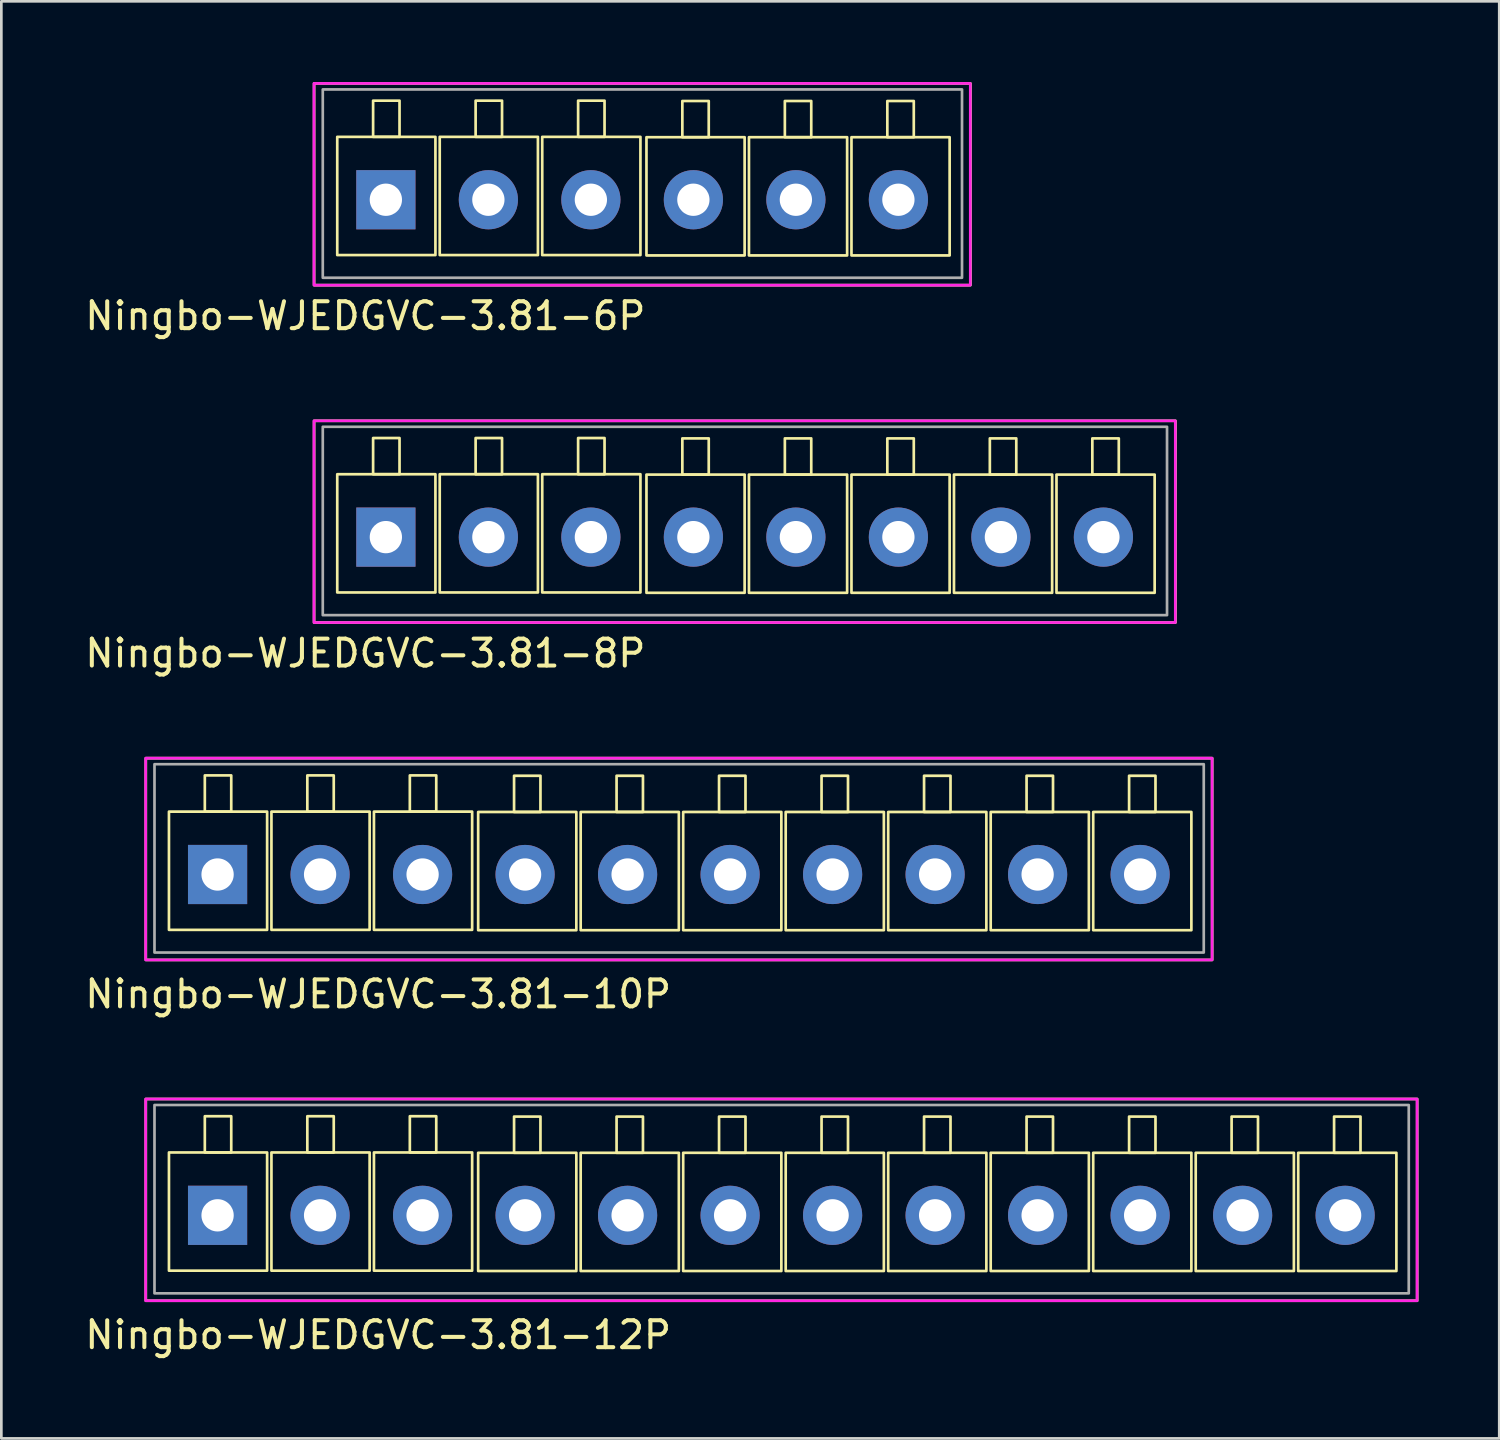
<source format=kicad_pcb>
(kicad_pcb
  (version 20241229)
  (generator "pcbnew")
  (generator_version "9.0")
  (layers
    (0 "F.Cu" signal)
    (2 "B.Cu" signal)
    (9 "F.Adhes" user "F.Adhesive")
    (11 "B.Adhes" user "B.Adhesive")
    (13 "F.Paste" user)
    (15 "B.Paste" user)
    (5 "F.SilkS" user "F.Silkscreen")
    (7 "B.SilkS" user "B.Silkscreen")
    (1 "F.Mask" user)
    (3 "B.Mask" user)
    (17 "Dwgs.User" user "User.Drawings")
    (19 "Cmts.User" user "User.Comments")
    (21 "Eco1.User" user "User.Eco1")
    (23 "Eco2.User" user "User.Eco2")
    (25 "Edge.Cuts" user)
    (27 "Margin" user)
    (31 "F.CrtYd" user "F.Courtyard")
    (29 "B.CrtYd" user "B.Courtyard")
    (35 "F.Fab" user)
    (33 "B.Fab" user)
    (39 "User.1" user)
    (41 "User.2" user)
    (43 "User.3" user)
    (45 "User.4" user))
  (footprint "Ningbo-WJEDGVC-3.81-10P"
    (layer "F.Cu")
    (at 25.992 29.454)
    (property "Reference" "Ningbo-WJEDGVC-3.81-10P" (at -14.986 4.445 0) (layer "F.SilkS") (effects (font (size 1 1) (thickness 0.15))))
    (attr through_hole)
    (fp_rect (start -23.622 -4.324) (end 16.013 3.175) (stroke (width 0.1) (type default)) (fill no) (layer "F.SilkS"))
    (fp_rect (start -22.762 -2.337) (end -19.113 2.057) (stroke (width 0.1) (type default)) (fill no) (layer "F.SilkS"))
    (fp_rect (start -21.429 -3.683) (end -20.447 -2.337) (stroke (width 0.1) (type default)) (fill no) (layer "F.SilkS"))
    (fp_rect (start -18.953 -2.337) (end -15.303 2.057) (stroke (width 0.1) (type default)) (fill no) (layer "F.SilkS"))
    (fp_rect (start -17.619 -3.683) (end -16.637 -2.337) (stroke (width 0.1) (type default)) (fill no) (layer "F.SilkS"))
    (fp_rect (start -15.143 -2.337) (end -11.493 2.057) (stroke (width 0.1) (type default)) (fill no) (layer "F.SilkS"))
    (fp_rect (start -13.809 -3.683) (end -12.827 -2.337) (stroke (width 0.1) (type default)) (fill no) (layer "F.SilkS"))
    (fp_rect (start -11.269 -2.324) (end -7.62 2.07) (stroke (width 0.1) (type default)) (fill no) (layer "F.SilkS"))
    (fp_rect (start -9.935 -3.67) (end -8.954 -2.324) (stroke (width 0.1) (type default)) (fill no) (layer "F.SilkS"))
    (fp_rect (start -7.459 -2.324) (end -3.81 2.07) (stroke (width 0.1) (type default)) (fill no) (layer "F.SilkS"))
    (fp_rect (start -6.125 -3.67) (end -5.144 -2.324) (stroke (width 0.1) (type default)) (fill no) (layer "F.SilkS"))
    (fp_rect (start -3.649 -2.324) (end 0 2.07) (stroke (width 0.1) (type default)) (fill no) (layer "F.SilkS"))
    (fp_rect (start -2.316 -3.67) (end -1.333 -2.324) (stroke (width 0.1) (type default)) (fill no) (layer "F.SilkS"))
    (fp_rect (start 0.161 -2.324) (end 3.81 2.07) (stroke (width 0.1) (type default)) (fill no) (layer "F.SilkS"))
    (fp_rect (start 1.494 -3.67) (end 2.477 -2.324) (stroke (width 0.1) (type default)) (fill no) (layer "F.SilkS"))
    (fp_rect (start 3.971 -2.324) (end 7.62 2.07) (stroke (width 0.1) (type default)) (fill no) (layer "F.SilkS"))
    (fp_rect (start 5.304 -3.67) (end 6.287 -2.324) (stroke (width 0.1) (type default)) (fill no) (layer "F.SilkS"))
    (fp_rect (start 7.781 -2.324) (end 11.43 2.07) (stroke (width 0.1) (type default)) (fill no) (layer "F.SilkS"))
    (fp_rect (start 9.114 -3.67) (end 10.097 -2.324) (stroke (width 0.1) (type default)) (fill no) (layer "F.SilkS"))
    (fp_rect (start 11.591 -2.324) (end 15.24 2.07) (stroke (width 0.1) (type default)) (fill no) (layer "F.SilkS"))
    (fp_rect (start 12.925 -3.67) (end 13.906 -2.324) (stroke (width 0.1) (type default)) (fill no) (layer "F.SilkS"))
    (fp_rect (start -23.628 -4.324) (end 16.008 3.175) (stroke (width 0.1) (type default)) (fill no) (layer "F.CrtYd"))
    (fp_rect (start -23.3 -4.1) (end 15.7 2.9) (stroke (width 0.1) (type default)) (fill no) (layer "F.Fab"))
    (pad "1" thru_hole rect (at -20.955 0) (size 2.2 2.2) (drill 1.2) (layers "*.Cu" "*.Mask"))
    (pad "2" thru_hole circle (at -17.145 0) (size 2.2 2.2) (drill 1.2) (layers "*.Cu" "*.Mask"))
    (pad "3" thru_hole circle (at -13.335 0) (size 2.2 2.2) (drill 1.2) (layers "*.Cu" "*.Mask"))
    (pad "4" thru_hole circle (at -9.525 0) (size 2.2 2.2) (drill 1.2) (layers "*.Cu" "*.Mask"))
    (pad "5" thru_hole circle (at -5.715 0) (size 2.2 2.2) (drill 1.2) (layers "*.Cu" "*.Mask"))
    (pad "6" thru_hole circle (at -1.905 0) (size 2.2 2.2) (drill 1.2) (layers "*.Cu" "*.Mask"))
    (pad "7" thru_hole circle (at 1.905 0) (size 2.2 2.2) (drill 1.2) (layers "*.Cu" "*.Mask"))
    (pad "8" thru_hole circle (at 5.715 0) (size 2.2 2.2) (drill 1.2) (layers "*.Cu" "*.Mask"))
    (pad "9" thru_hole circle (at 9.525 0) (size 2.2 2.2) (drill 1.2) (layers "*.Cu" "*.Mask"))
    (pad "10" thru_hole circle (at 13.335 0) (size 2.2 2.2) (drill 1.2) (layers "*.Cu" "*.Mask")))
  (footprint "Ningbo-WJEDGVC-3.81-12P"
    (layer "F.Cu")
    (at 25.992 42.122)
    (property "Reference" "Ningbo-WJEDGVC-3.81-12P" (at -14.986 4.445 0) (layer "F.SilkS") (effects (font (size 1 1) (thickness 0.15))))
    (attr through_hole)
    (fp_rect (start -23.622 -4.324) (end 23.633 3.175) (stroke (width 0.1) (type default)) (fill no) (layer "F.SilkS"))
    (fp_rect (start -22.762 -2.337) (end -19.113 2.057) (stroke (width 0.1) (type default)) (fill no) (layer "F.SilkS"))
    (fp_rect (start -21.429 -3.683) (end -20.447 -2.337) (stroke (width 0.1) (type default)) (fill no) (layer "F.SilkS"))
    (fp_rect (start -18.953 -2.337) (end -15.303 2.057) (stroke (width 0.1) (type default)) (fill no) (layer "F.SilkS"))
    (fp_rect (start -17.619 -3.683) (end -16.637 -2.337) (stroke (width 0.1) (type default)) (fill no) (layer "F.SilkS"))
    (fp_rect (start -15.143 -2.337) (end -11.493 2.057) (stroke (width 0.1) (type default)) (fill no) (layer "F.SilkS"))
    (fp_rect (start -13.809 -3.683) (end -12.827 -2.337) (stroke (width 0.1) (type default)) (fill no) (layer "F.SilkS"))
    (fp_rect (start -11.269 -2.324) (end -7.62 2.07) (stroke (width 0.1) (type default)) (fill no) (layer "F.SilkS"))
    (fp_rect (start -9.935 -3.67) (end -8.954 -2.324) (stroke (width 0.1) (type default)) (fill no) (layer "F.SilkS"))
    (fp_rect (start -7.459 -2.324) (end -3.81 2.07) (stroke (width 0.1) (type default)) (fill no) (layer "F.SilkS"))
    (fp_rect (start -6.125 -3.67) (end -5.144 -2.324) (stroke (width 0.1) (type default)) (fill no) (layer "F.SilkS"))
    (fp_rect (start -3.649 -2.324) (end 0 2.07) (stroke (width 0.1) (type default)) (fill no) (layer "F.SilkS"))
    (fp_rect (start -2.316 -3.67) (end -1.333 -2.324) (stroke (width 0.1) (type default)) (fill no) (layer "F.SilkS"))
    (fp_rect (start 0.161 -2.324) (end 3.81 2.07) (stroke (width 0.1) (type default)) (fill no) (layer "F.SilkS"))
    (fp_rect (start 1.494 -3.67) (end 2.477 -2.324) (stroke (width 0.1) (type default)) (fill no) (layer "F.SilkS"))
    (fp_rect (start 3.971 -2.324) (end 7.62 2.07) (stroke (width 0.1) (type default)) (fill no) (layer "F.SilkS"))
    (fp_rect (start 5.304 -3.67) (end 6.287 -2.324) (stroke (width 0.1) (type default)) (fill no) (layer "F.SilkS"))
    (fp_rect (start 7.781 -2.324) (end 11.43 2.07) (stroke (width 0.1) (type default)) (fill no) (layer "F.SilkS"))
    (fp_rect (start 9.114 -3.67) (end 10.097 -2.324) (stroke (width 0.1) (type default)) (fill no) (layer "F.SilkS"))
    (fp_rect (start 11.591 -2.324) (end 15.24 2.07) (stroke (width 0.1) (type default)) (fill no) (layer "F.SilkS"))
    (fp_rect (start 12.925 -3.67) (end 13.906 -2.324) (stroke (width 0.1) (type default)) (fill no) (layer "F.SilkS"))
    (fp_rect (start 15.401 -2.324) (end 19.05 2.07) (stroke (width 0.1) (type default)) (fill no) (layer "F.SilkS"))
    (fp_rect (start 16.735 -3.67) (end 17.716 -2.324) (stroke (width 0.1) (type default)) (fill no) (layer "F.SilkS"))
    (fp_rect (start 19.211 -2.324) (end 22.86 2.07) (stroke (width 0.1) (type default)) (fill no) (layer "F.SilkS"))
    (fp_rect (start 20.544 -3.67) (end 21.526 -2.324) (stroke (width 0.1) (type default)) (fill no) (layer "F.SilkS"))
    (fp_rect (start -23.628 -4.324) (end 23.628 3.175) (stroke (width 0.1) (type default)) (fill no) (layer "F.CrtYd"))
    (fp_rect (start -23.3 -4.1) (end 23.32 2.9) (stroke (width 0.1) (type default)) (fill no) (layer "F.Fab"))
    (pad "1" thru_hole rect (at -20.955 0) (size 2.2 2.2) (drill 1.2) (layers "*.Cu" "*.Mask"))
    (pad "2" thru_hole circle (at -17.145 0) (size 2.2 2.2) (drill 1.2) (layers "*.Cu" "*.Mask"))
    (pad "3" thru_hole circle (at -13.335 0) (size 2.2 2.2) (drill 1.2) (layers "*.Cu" "*.Mask"))
    (pad "4" thru_hole circle (at -9.525 0) (size 2.2 2.2) (drill 1.2) (layers "*.Cu" "*.Mask"))
    (pad "5" thru_hole circle (at -5.715 0) (size 2.2 2.2) (drill 1.2) (layers "*.Cu" "*.Mask"))
    (pad "6" thru_hole circle (at -1.905 0) (size 2.2 2.2) (drill 1.2) (layers "*.Cu" "*.Mask"))
    (pad "7" thru_hole circle (at 1.905 0) (size 2.2 2.2) (drill 1.2) (layers "*.Cu" "*.Mask"))
    (pad "8" thru_hole circle (at 5.715 0) (size 2.2 2.2) (drill 1.2) (layers "*.Cu" "*.Mask"))
    (pad "9" thru_hole circle (at 9.525 0) (size 2.2 2.2) (drill 1.2) (layers "*.Cu" "*.Mask"))
    (pad "10" thru_hole circle (at 13.335 0) (size 2.2 2.2) (drill 1.2) (layers "*.Cu" "*.Mask"))
    (pad "11" thru_hole circle (at 17.145 0) (size 2.2 2.2) (drill 1.2) (layers "*.Cu" "*.Mask"))
    (pad "12" thru_hole circle (at 20.955 0) (size 2.2 2.2) (drill 1.2) (layers "*.Cu" "*.Mask")))
  (footprint "Ningbo-WJEDGVC-3.81-8P"
    (layer "F.Cu")
    (at 32.247 16.914)
    (property "Reference" "Ningbo-WJEDGVC-3.81-8P" (at -21.717 4.318 0) (layer "F.SilkS") (effects (font (size 1 1) (thickness 0.15))))
    (attr through_hole)
    (fp_rect (start -23.622 -4.324) (end 8.393 3.175) (stroke (width 0.1) (type default)) (fill no) (layer "F.SilkS"))
    (fp_rect (start -22.762 -2.337) (end -19.113 2.057) (stroke (width 0.1) (type default)) (fill no) (layer "F.SilkS"))
    (fp_rect (start -21.429 -3.683) (end -20.447 -2.337) (stroke (width 0.1) (type default)) (fill no) (layer "F.SilkS"))
    (fp_rect (start -18.953 -2.337) (end -15.303 2.057) (stroke (width 0.1) (type default)) (fill no) (layer "F.SilkS"))
    (fp_rect (start -17.619 -3.683) (end -16.637 -2.337) (stroke (width 0.1) (type default)) (fill no) (layer "F.SilkS"))
    (fp_rect (start -15.143 -2.337) (end -11.493 2.057) (stroke (width 0.1) (type default)) (fill no) (layer "F.SilkS"))
    (fp_rect (start -13.809 -3.683) (end -12.827 -2.337) (stroke (width 0.1) (type default)) (fill no) (layer "F.SilkS"))
    (fp_rect (start -11.269 -2.324) (end -7.62 2.07) (stroke (width 0.1) (type default)) (fill no) (layer "F.SilkS"))
    (fp_rect (start -9.935 -3.67) (end -8.954 -2.324) (stroke (width 0.1) (type default)) (fill no) (layer "F.SilkS"))
    (fp_rect (start -7.459 -2.324) (end -3.81 2.07) (stroke (width 0.1) (type default)) (fill no) (layer "F.SilkS"))
    (fp_rect (start -6.125 -3.67) (end -5.144 -2.324) (stroke (width 0.1) (type default)) (fill no) (layer "F.SilkS"))
    (fp_rect (start -3.649 -2.324) (end 0 2.07) (stroke (width 0.1) (type default)) (fill no) (layer "F.SilkS"))
    (fp_rect (start -2.316 -3.67) (end -1.333 -2.324) (stroke (width 0.1) (type default)) (fill no) (layer "F.SilkS"))
    (fp_rect (start 0.161 -2.324) (end 3.81 2.07) (stroke (width 0.1) (type default)) (fill no) (layer "F.SilkS"))
    (fp_rect (start 1.494 -3.67) (end 2.477 -2.324) (stroke (width 0.1) (type default)) (fill no) (layer "F.SilkS"))
    (fp_rect (start 3.971 -2.324) (end 7.62 2.07) (stroke (width 0.1) (type default)) (fill no) (layer "F.SilkS"))
    (fp_rect (start 5.304 -3.67) (end 6.287 -2.324) (stroke (width 0.1) (type default)) (fill no) (layer "F.SilkS"))
    (fp_rect (start -23.628 -4.324) (end 8.387 3.175) (stroke (width 0.1) (type default)) (fill no) (layer "F.CrtYd"))
    (fp_rect (start -23.3 -4.1) (end 8.08 2.9) (stroke (width 0.1) (type default)) (fill no) (layer "F.Fab"))
    (pad "1" thru_hole rect (at -20.955 0) (size 2.2 2.2) (drill 1.2) (layers "*.Cu" "*.Mask"))
    (pad "2" thru_hole circle (at -17.145 0) (size 2.2 2.2) (drill 1.2) (layers "*.Cu" "*.Mask"))
    (pad "3" thru_hole circle (at -13.335 0) (size 2.2 2.2) (drill 1.2) (layers "*.Cu" "*.Mask"))
    (pad "4" thru_hole circle (at -9.525 0) (size 2.2 2.2) (drill 1.2) (layers "*.Cu" "*.Mask"))
    (pad "5" thru_hole circle (at -5.715 0) (size 2.2 2.2) (drill 1.2) (layers "*.Cu" "*.Mask"))
    (pad "6" thru_hole circle (at -1.905 0) (size 2.2 2.2) (drill 1.2) (layers "*.Cu" "*.Mask"))
    (pad "7" thru_hole circle (at 1.905 0) (size 2.2 2.2) (drill 1.2) (layers "*.Cu" "*.Mask"))
    (pad "8" thru_hole circle (at 5.715 0) (size 2.2 2.2) (drill 1.2) (layers "*.Cu" "*.Mask")))
  (footprint "Ningbo-WJEDGVC-3.81-6P"
    (layer "F.Cu")
    (at 32.247 4.374)
    (property "Reference" "Ningbo-WJEDGVC-3.81-6P" (at -21.717 4.318 0) (layer "F.SilkS") (effects (font (size 1 1) (thickness 0.15))))
    (attr through_hole)
    (fp_rect (start -23.622 -4.324) (end 0.773 3.175) (stroke (width 0.1) (type default)) (fill no) (layer "F.SilkS"))
    (fp_rect (start -22.762 -2.337) (end -19.113 2.057) (stroke (width 0.1) (type default)) (fill no) (layer "F.SilkS"))
    (fp_rect (start -21.429 -3.683) (end -20.447 -2.337) (stroke (width 0.1) (type default)) (fill no) (layer "F.SilkS"))
    (fp_rect (start -18.953 -2.337) (end -15.303 2.057) (stroke (width 0.1) (type default)) (fill no) (layer "F.SilkS"))
    (fp_rect (start -17.619 -3.683) (end -16.637 -2.337) (stroke (width 0.1) (type default)) (fill no) (layer "F.SilkS"))
    (fp_rect (start -15.143 -2.337) (end -11.493 2.057) (stroke (width 0.1) (type default)) (fill no) (layer "F.SilkS"))
    (fp_rect (start -13.809 -3.683) (end -12.827 -2.337) (stroke (width 0.1) (type default)) (fill no) (layer "F.SilkS"))
    (fp_rect (start -11.269 -2.324) (end -7.62 2.07) (stroke (width 0.1) (type default)) (fill no) (layer "F.SilkS"))
    (fp_rect (start -9.935 -3.67) (end -8.954 -2.324) (stroke (width 0.1) (type default)) (fill no) (layer "F.SilkS"))
    (fp_rect (start -7.459 -2.324) (end -3.81 2.07) (stroke (width 0.1) (type default)) (fill no) (layer "F.SilkS"))
    (fp_rect (start -6.125 -3.67) (end -5.144 -2.324) (stroke (width 0.1) (type default)) (fill no) (layer "F.SilkS"))
    (fp_rect (start -3.649 -2.324) (end 0 2.07) (stroke (width 0.1) (type default)) (fill no) (layer "F.SilkS"))
    (fp_rect (start -2.316 -3.67) (end -1.333 -2.324) (stroke (width 0.1) (type default)) (fill no) (layer "F.SilkS"))
    (fp_rect (start -23.628 -4.324) (end 0.767 3.175) (stroke (width 0.1) (type default)) (fill no) (layer "F.CrtYd"))
    (fp_rect (start -23.3 -4.1) (end 0.46 2.9) (stroke (width 0.1) (type default)) (fill no) (layer "F.Fab"))
    (pad "1" thru_hole rect (at -20.955 0) (size 2.2 2.2) (drill 1.2) (layers "*.Cu" "*.Mask"))
    (pad "2" thru_hole circle (at -17.145 0) (size 2.2 2.2) (drill 1.2) (layers "*.Cu" "*.Mask"))
    (pad "3" thru_hole circle (at -13.335 0) (size 2.2 2.2) (drill 1.2) (layers "*.Cu" "*.Mask"))
    (pad "4" thru_hole circle (at -9.525 0) (size 2.2 2.2) (drill 1.2) (layers "*.Cu" "*.Mask"))
    (pad "5" thru_hole circle (at -5.715 0) (size 2.2 2.2) (drill 1.2) (layers "*.Cu" "*.Mask"))
    (pad "6" thru_hole circle (at -1.905 0) (size 2.2 2.2) (drill 1.2) (layers "*.Cu" "*.Mask")))
  (gr_rect
    (start -3 -3)
    (end 52.675 50.415)
    (stroke (width 0.1) (type default))
    (fill no)
    (layer "Edge.Cuts")))
</source>
